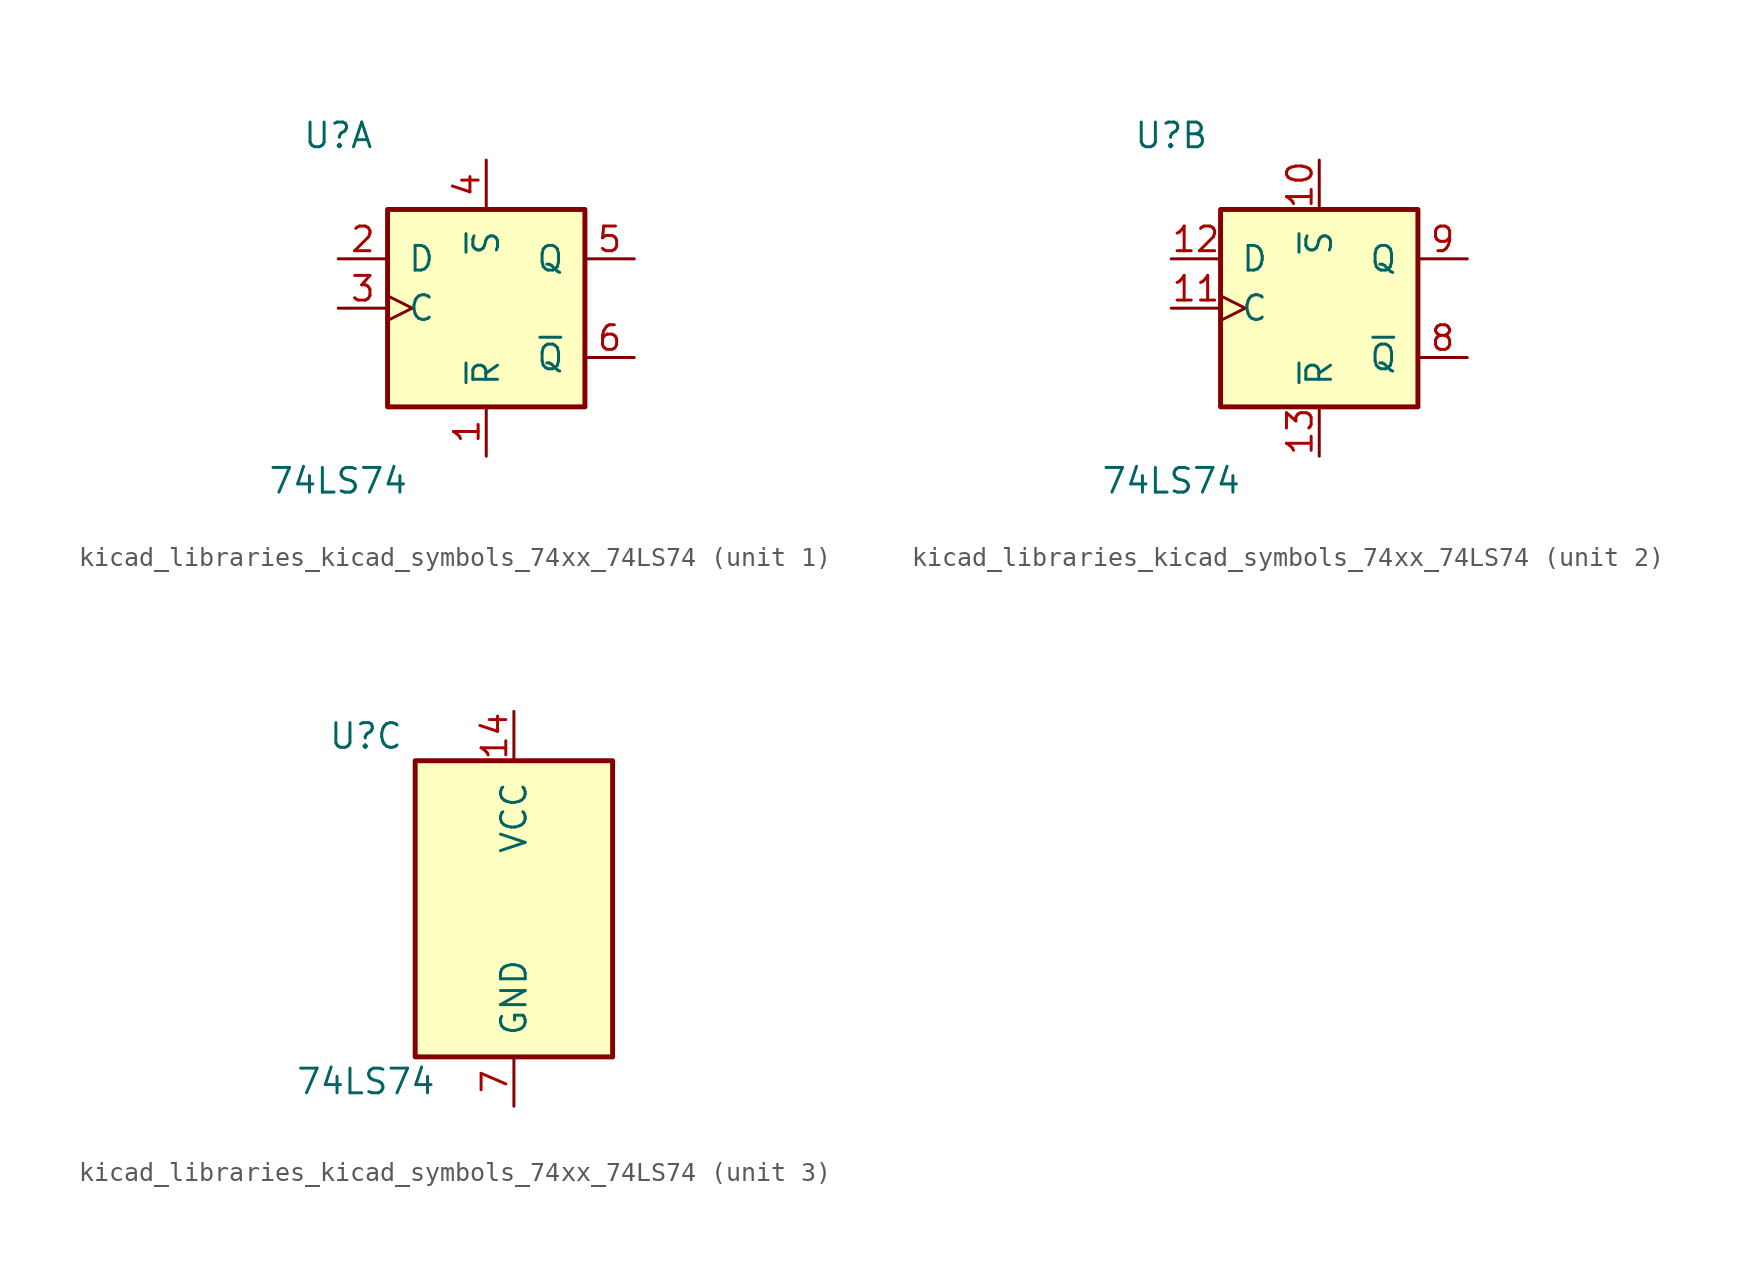
<source format=kicad_sym>
(kicad_symbol_lib
  (version 20220914)
  (generator kicad_symbol_editor)
  (symbol "kicad_libraries_kicad_symbols_74xx_74LS74"
    (pin_names
      (offset 1.016))
    (property "Reference" "U"
      (at -7.62 8.89 0)
      (effects (font (size 1.27 1.27))))
    (property "Value" "74LS74"
      (at -7.62 -8.89 0)
      (effects (font (size 1.27 1.27))))
    (property "ki_locked" ""
      (at 0 0 0)
      (effects (font (size 1.27 1.27))))
    (symbol "kicad_libraries_kicad_symbols_74xx_74LS74_1_0"
      (pin input line (at 0 -7.62 90) (length 2.54) (name "~{R}" (effects (font (size 1.27 1.27)))) (number "1" (effects (font (size 1.27 1.27)))))
      (pin input line (at -7.62 2.54 0) (length 2.54) (name "D" (effects (font (size 1.27 1.27)))) (number "2" (effects (font (size 1.27 1.27)))))
      (pin input clock (at -7.62 0 0) (length 2.54) (name "C" (effects (font (size 1.27 1.27)))) (number "3" (effects (font (size 1.27 1.27)))))
      (pin input line (at 0 7.62 270) (length 2.54) (name "~{S}" (effects (font (size 1.27 1.27)))) (number "4" (effects (font (size 1.27 1.27)))))
      (pin output line (at 7.62 2.54 180) (length 2.54) (name "Q" (effects (font (size 1.27 1.27)))) (number "5" (effects (font (size 1.27 1.27)))))
      (pin output line (at 7.62 -2.54 180) (length 2.54) (name "~{Q}" (effects (font (size 1.27 1.27)))) (number "6" (effects (font (size 1.27 1.27))))))
    (symbol "kicad_libraries_kicad_symbols_74xx_74LS74_1_1"
      (rectangle (start -5.08 5.08) (end 5.08 -5.08) (stroke (width 0.254) (type default)) (fill (type background))))
    (symbol "kicad_libraries_kicad_symbols_74xx_74LS74_2_0"
      (pin input line (at 0 7.62 270) (length 2.54) (name "~{S}" (effects (font (size 1.27 1.27)))) (number "10" (effects (font (size 1.27 1.27)))))
      (pin input clock (at -7.62 0 0) (length 2.54) (name "C" (effects (font (size 1.27 1.27)))) (number "11" (effects (font (size 1.27 1.27)))))
      (pin input line (at -7.62 2.54 0) (length 2.54) (name "D" (effects (font (size 1.27 1.27)))) (number "12" (effects (font (size 1.27 1.27)))))
      (pin input line (at 0 -7.62 90) (length 2.54) (name "~{R}" (effects (font (size 1.27 1.27)))) (number "13" (effects (font (size 1.27 1.27)))))
      (pin output line (at 7.62 -2.54 180) (length 2.54) (name "~{Q}" (effects (font (size 1.27 1.27)))) (number "8" (effects (font (size 1.27 1.27)))))
      (pin output line (at 7.62 2.54 180) (length 2.54) (name "Q" (effects (font (size 1.27 1.27)))) (number "9" (effects (font (size 1.27 1.27))))))
    (symbol "kicad_libraries_kicad_symbols_74xx_74LS74_2_1"
      (rectangle (start -5.08 5.08) (end 5.08 -5.08) (stroke (width 0.254) (type default)) (fill (type background))))
    (symbol "kicad_libraries_kicad_symbols_74xx_74LS74_3_0"
      (pin power_in line (at 0 10.16 270) (length 2.54) (name "VCC" (effects (font (size 1.27 1.27)))) (number "14" (effects (font (size 1.27 1.27)))))
      (pin power_in line (at 0 -10.16 90) (length 2.54) (name "GND" (effects (font (size 1.27 1.27)))) (number "7" (effects (font (size 1.27 1.27))))))
    (symbol "kicad_libraries_kicad_symbols_74xx_74LS74_3_1"
      (rectangle (start -5.08 7.62) (end 5.08 -7.62) (stroke (width 0.254) (type default)) (fill (type background))))))
</source>
